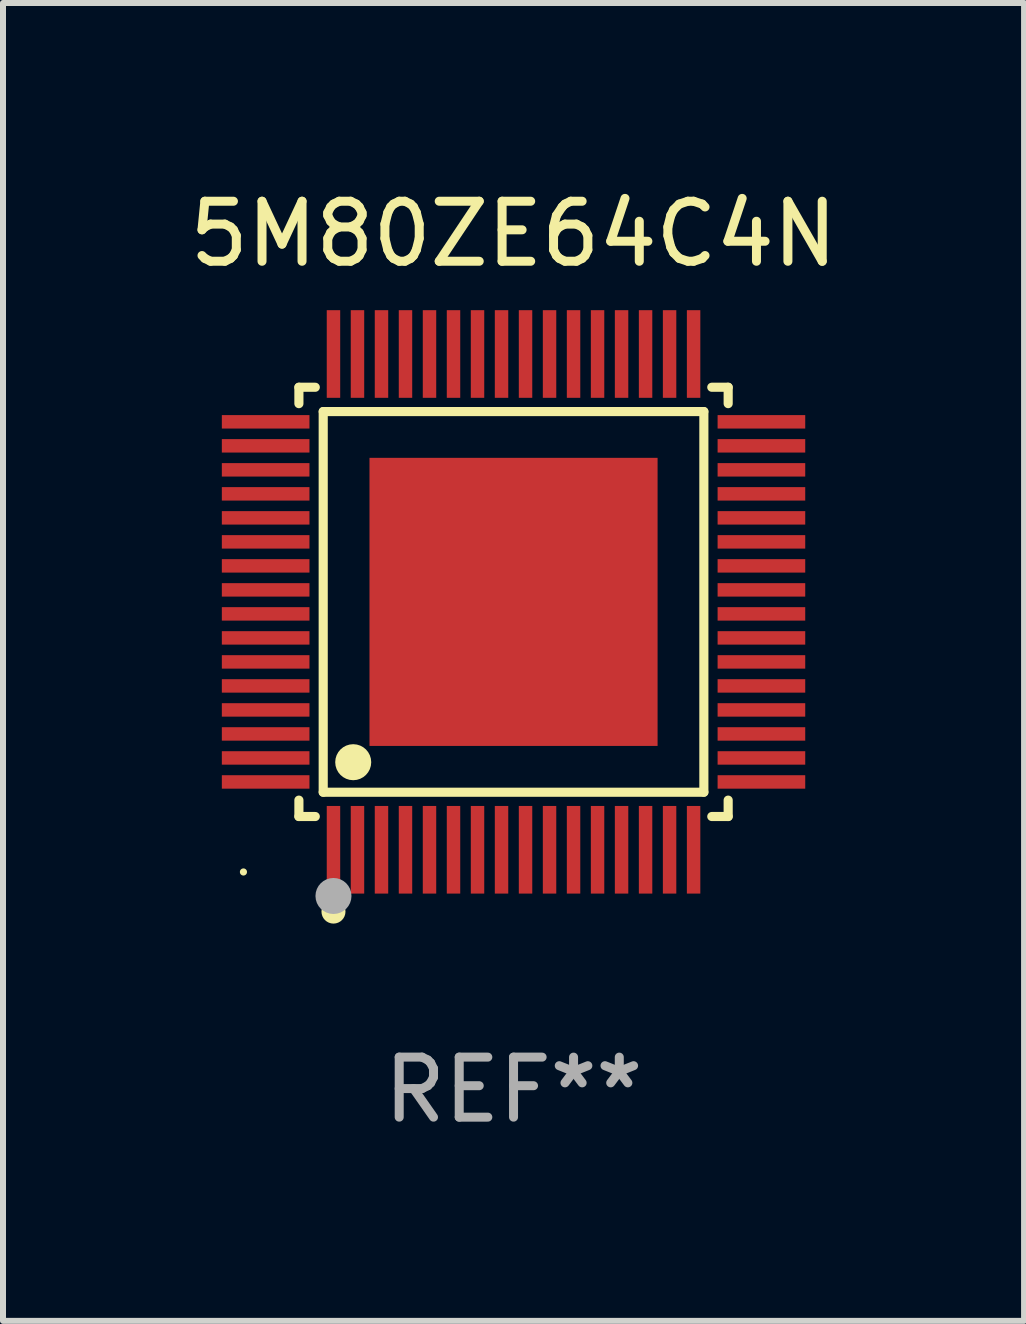
<source format=kicad_pcb>
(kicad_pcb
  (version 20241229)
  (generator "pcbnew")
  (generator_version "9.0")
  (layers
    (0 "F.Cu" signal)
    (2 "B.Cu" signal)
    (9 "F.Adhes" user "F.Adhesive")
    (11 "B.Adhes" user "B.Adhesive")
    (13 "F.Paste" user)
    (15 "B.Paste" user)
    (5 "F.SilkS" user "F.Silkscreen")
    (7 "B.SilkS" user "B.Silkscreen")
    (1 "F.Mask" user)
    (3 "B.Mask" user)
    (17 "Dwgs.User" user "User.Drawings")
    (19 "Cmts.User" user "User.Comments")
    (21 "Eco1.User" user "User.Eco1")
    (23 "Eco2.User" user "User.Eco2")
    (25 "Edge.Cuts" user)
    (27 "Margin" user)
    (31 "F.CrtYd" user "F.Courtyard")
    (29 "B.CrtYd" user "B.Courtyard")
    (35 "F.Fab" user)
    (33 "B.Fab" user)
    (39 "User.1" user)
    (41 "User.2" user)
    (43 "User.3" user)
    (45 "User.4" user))
  (footprint "5M80ZE64C4N"
    (layer "F.Cu")
    (at 5.506 6.978)
    (property "Reference" "5M80ZE64C4N" (at 0 -6.13 0) (layer "F.SilkS") (effects (font (size 1 1) (thickness 0.15))))
    (attr through_hole)
    (fp_line (start -3.576 -3.576) (end -3.303 -3.576) (stroke (width 0.152) (type solid)) (layer "F.SilkS"))
    (fp_line (start -3.576 -3.303) (end -3.576 -3.576) (stroke (width 0.152) (type solid)) (layer "F.SilkS"))
    (fp_line (start -3.576 3.303) (end -3.576 3.576) (stroke (width 0.152) (type solid)) (layer "F.SilkS"))
    (fp_line (start -3.576 3.576) (end -3.303 3.576) (stroke (width 0.152) (type solid)) (layer "F.SilkS"))
    (fp_line (start -3.171 -3.171) (end 3.171 -3.171) (stroke (width 0.152) (type solid)) (layer "F.SilkS"))
    (fp_line (start -3.171 3.171) (end -3.171 -3.171) (stroke (width 0.152) (type solid)) (layer "F.SilkS"))
    (fp_line (start 3.171 -3.171) (end 3.171 3.171) (stroke (width 0.152) (type solid)) (layer "F.SilkS"))
    (fp_line (start 3.171 3.171) (end -3.171 3.171) (stroke (width 0.152) (type solid)) (layer "F.SilkS"))
    (fp_line (start 3.576 -3.576) (end 3.303 -3.576) (stroke (width 0.152) (type solid)) (layer "F.SilkS"))
    (fp_line (start 3.576 -3.303) (end 3.576 -3.576) (stroke (width 0.152) (type solid)) (layer "F.SilkS"))
    (fp_line (start 3.576 3.303) (end 3.576 3.576) (stroke (width 0.152) (type solid)) (layer "F.SilkS"))
    (fp_line (start 3.576 3.576) (end 3.303 3.576) (stroke (width 0.152) (type solid)) (layer "F.SilkS"))
    (fp_circle (center -4.5 4.5) (end -4.47 4.5) (stroke (width 0.06) (type solid)) (fill no) (layer "F.SilkS"))
    (fp_circle (center -3 5.16) (end -2.9 5.16) (stroke (width 0.2) (type solid)) (fill no) (layer "F.SilkS"))
    (fp_circle (center -2.671 2.671) (end -2.521 2.671) (stroke (width 0.3) (type solid)) (fill no) (layer "F.SilkS"))
    (fp_circle (center -3 4.9) (end -2.85 4.9) (stroke (width 0.3) (type solid)) (fill no) (layer "F.Fab"))
    (fp_text user "REF**" (at 0 8.13 0) (layer "F.Fab") (effects (font (size 1 1) (thickness 0.15))))
    (pad "1" smd rect (at -3 4.13) (size 0.224 1.46) (layers "F.Cu" "F.Mask" "F.Paste"))
    (pad "2" smd rect (at -2.6 4.13) (size 0.224 1.46) (layers "F.Cu" "F.Mask" "F.Paste"))
    (pad "3" smd rect (at -2.2 4.13) (size 0.224 1.46) (layers "F.Cu" "F.Mask" "F.Paste"))
    (pad "4" smd rect (at -1.8 4.13) (size 0.224 1.46) (layers "F.Cu" "F.Mask" "F.Paste"))
    (pad "5" smd rect (at -1.4 4.13) (size 0.224 1.46) (layers "F.Cu" "F.Mask" "F.Paste"))
    (pad "6" smd rect (at -1 4.13) (size 0.224 1.46) (layers "F.Cu" "F.Mask" "F.Paste"))
    (pad "7" smd rect (at -0.6 4.13) (size 0.224 1.46) (layers "F.Cu" "F.Mask" "F.Paste"))
    (pad "8" smd rect (at -0.2 4.13) (size 0.224 1.46) (layers "F.Cu" "F.Mask" "F.Paste"))
    (pad "9" smd rect (at 0.2 4.13) (size 0.224 1.46) (layers "F.Cu" "F.Mask" "F.Paste"))
    (pad "10" smd rect (at 0.6 4.13) (size 0.224 1.46) (layers "F.Cu" "F.Mask" "F.Paste"))
    (pad "11" smd rect (at 1 4.13) (size 0.224 1.46) (layers "F.Cu" "F.Mask" "F.Paste"))
    (pad "12" smd rect (at 1.4 4.13) (size 0.224 1.46) (layers "F.Cu" "F.Mask" "F.Paste"))
    (pad "13" smd rect (at 1.8 4.13) (size 0.224 1.46) (layers "F.Cu" "F.Mask" "F.Paste"))
    (pad "14" smd rect (at 2.2 4.13) (size 0.224 1.46) (layers "F.Cu" "F.Mask" "F.Paste"))
    (pad "15" smd rect (at 2.6 4.13) (size 0.224 1.46) (layers "F.Cu" "F.Mask" "F.Paste"))
    (pad "16" smd rect (at 3 4.13) (size 0.224 1.46) (layers "F.Cu" "F.Mask" "F.Paste"))
    (pad "17" smd rect (at 4.13 3) (size 1.46 0.224) (layers "F.Cu" "F.Mask" "F.Paste"))
    (pad "18" smd rect (at 4.13 2.6) (size 1.46 0.224) (layers "F.Cu" "F.Mask" "F.Paste"))
    (pad "19" smd rect (at 4.13 2.2) (size 1.46 0.224) (layers "F.Cu" "F.Mask" "F.Paste"))
    (pad "20" smd rect (at 4.13 1.8) (size 1.46 0.224) (layers "F.Cu" "F.Mask" "F.Paste"))
    (pad "21" smd rect (at 4.13 1.4) (size 1.46 0.224) (layers "F.Cu" "F.Mask" "F.Paste"))
    (pad "22" smd rect (at 4.13 1) (size 1.46 0.224) (layers "F.Cu" "F.Mask" "F.Paste"))
    (pad "23" smd rect (at 4.13 0.6) (size 1.46 0.224) (layers "F.Cu" "F.Mask" "F.Paste"))
    (pad "24" smd rect (at 4.13 0.2) (size 1.46 0.224) (layers "F.Cu" "F.Mask" "F.Paste"))
    (pad "25" smd rect (at 4.13 -0.2) (size 1.46 0.224) (layers "F.Cu" "F.Mask" "F.Paste"))
    (pad "26" smd rect (at 4.13 -0.6) (size 1.46 0.224) (layers "F.Cu" "F.Mask" "F.Paste"))
    (pad "27" smd rect (at 4.13 -1) (size 1.46 0.224) (layers "F.Cu" "F.Mask" "F.Paste"))
    (pad "28" smd rect (at 4.13 -1.4) (size 1.46 0.224) (layers "F.Cu" "F.Mask" "F.Paste"))
    (pad "29" smd rect (at 4.13 -1.8) (size 1.46 0.224) (layers "F.Cu" "F.Mask" "F.Paste"))
    (pad "30" smd rect (at 4.13 -2.2) (size 1.46 0.224) (layers "F.Cu" "F.Mask" "F.Paste"))
    (pad "31" smd rect (at 4.13 -2.6) (size 1.46 0.224) (layers "F.Cu" "F.Mask" "F.Paste"))
    (pad "32" smd rect (at 4.13 -3) (size 1.46 0.224) (layers "F.Cu" "F.Mask" "F.Paste"))
    (pad "33" smd rect (at 3 -4.13) (size 0.224 1.46) (layers "F.Cu" "F.Mask" "F.Paste"))
    (pad "34" smd rect (at 2.6 -4.13) (size 0.224 1.46) (layers "F.Cu" "F.Mask" "F.Paste"))
    (pad "35" smd rect (at 2.2 -4.13) (size 0.224 1.46) (layers "F.Cu" "F.Mask" "F.Paste"))
    (pad "36" smd rect (at 1.8 -4.13) (size 0.224 1.46) (layers "F.Cu" "F.Mask" "F.Paste"))
    (pad "37" smd rect (at 1.4 -4.13) (size 0.224 1.46) (layers "F.Cu" "F.Mask" "F.Paste"))
    (pad "38" smd rect (at 1 -4.13) (size 0.224 1.46) (layers "F.Cu" "F.Mask" "F.Paste"))
    (pad "39" smd rect (at 0.6 -4.13) (size 0.224 1.46) (layers "F.Cu" "F.Mask" "F.Paste"))
    (pad "40" smd rect (at 0.2 -4.13) (size 0.224 1.46) (layers "F.Cu" "F.Mask" "F.Paste"))
    (pad "41" smd rect (at -0.2 -4.13) (size 0.224 1.46) (layers "F.Cu" "F.Mask" "F.Paste"))
    (pad "42" smd rect (at -0.6 -4.13) (size 0.224 1.46) (layers "F.Cu" "F.Mask" "F.Paste"))
    (pad "43" smd rect (at -1 -4.13) (size 0.224 1.46) (layers "F.Cu" "F.Mask" "F.Paste"))
    (pad "44" smd rect (at -1.4 -4.13) (size 0.224 1.46) (layers "F.Cu" "F.Mask" "F.Paste"))
    (pad "45" smd rect (at -1.8 -4.13) (size 0.224 1.46) (layers "F.Cu" "F.Mask" "F.Paste"))
    (pad "46" smd rect (at -2.2 -4.13) (size 0.224 1.46) (layers "F.Cu" "F.Mask" "F.Paste"))
    (pad "47" smd rect (at -2.6 -4.13) (size 0.224 1.46) (layers "F.Cu" "F.Mask" "F.Paste"))
    (pad "48" smd rect (at -3 -4.13) (size 0.224 1.46) (layers "F.Cu" "F.Mask" "F.Paste"))
    (pad "49" smd rect (at -4.13 -3) (size 1.46 0.224) (layers "F.Cu" "F.Mask" "F.Paste"))
    (pad "50" smd rect (at -4.13 -2.6) (size 1.46 0.224) (layers "F.Cu" "F.Mask" "F.Paste"))
    (pad "51" smd rect (at -4.13 -2.2) (size 1.46 0.224) (layers "F.Cu" "F.Mask" "F.Paste"))
    (pad "52" smd rect (at -4.13 -1.8) (size 1.46 0.224) (layers "F.Cu" "F.Mask" "F.Paste"))
    (pad "53" smd rect (at -4.13 -1.4) (size 1.46 0.224) (layers "F.Cu" "F.Mask" "F.Paste"))
    (pad "54" smd rect (at -4.13 -1) (size 1.46 0.224) (layers "F.Cu" "F.Mask" "F.Paste"))
    (pad "55" smd rect (at -4.13 -0.6) (size 1.46 0.224) (layers "F.Cu" "F.Mask" "F.Paste"))
    (pad "56" smd rect (at -4.13 -0.2) (size 1.46 0.224) (layers "F.Cu" "F.Mask" "F.Paste"))
    (pad "57" smd rect (at -4.13 0.2) (size 1.46 0.224) (layers "F.Cu" "F.Mask" "F.Paste"))
    (pad "58" smd rect (at -4.13 0.6) (size 1.46 0.224) (layers "F.Cu" "F.Mask" "F.Paste"))
    (pad "59" smd rect (at -4.13 1) (size 1.46 0.224) (layers "F.Cu" "F.Mask" "F.Paste"))
    (pad "60" smd rect (at -4.13 1.4) (size 1.46 0.224) (layers "F.Cu" "F.Mask" "F.Paste"))
    (pad "61" smd rect (at -4.13 1.8) (size 1.46 0.224) (layers "F.Cu" "F.Mask" "F.Paste"))
    (pad "62" smd rect (at -4.13 2.2) (size 1.46 0.224) (layers "F.Cu" "F.Mask" "F.Paste"))
    (pad "63" smd rect (at -4.13 2.6) (size 1.46 0.224) (layers "F.Cu" "F.Mask" "F.Paste"))
    (pad "64" smd rect (at -4.13 3) (size 1.46 0.224) (layers "F.Cu" "F.Mask" "F.Paste"))
    (pad "65" smd rect (at 0 0) (size 4.8 4.8) (layers "F.Cu" "F.Mask" "F.Paste")))
  (gr_rect
    (start -3 -3)
    (end 14.012 18.957)
    (stroke (width 0.1) (type default))
    (fill no)
    (layer "Edge.Cuts")))
</source>
